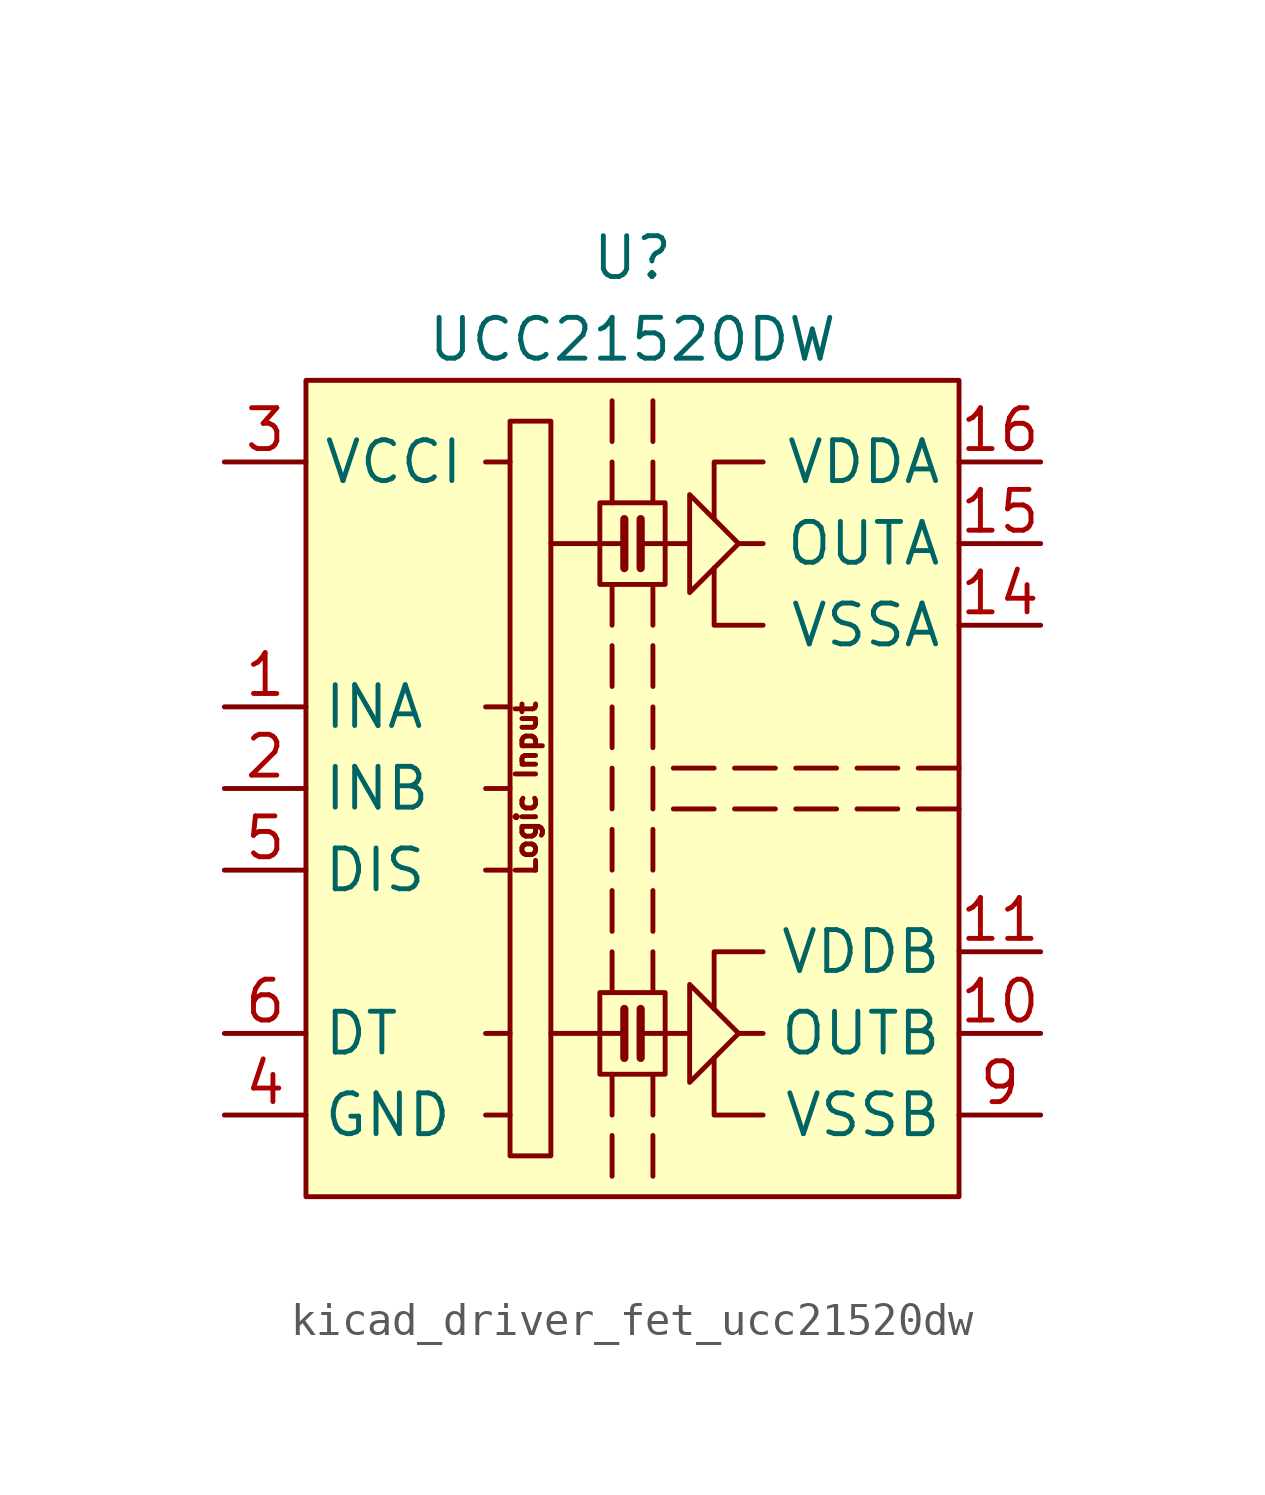
<source format=kicad_sym>
(kicad_symbol_lib
  (version 20220914)
  (generator kicad_symbol_editor)
  (symbol "kicad_driver_fet_ucc21520dw"
    (property "Reference" "U"
      (at 0 16.51 0)
      (effects (font (size 1.27 1.27))))
    (property "Value" "UCC21520DW"
      (at 0 13.97 0)
      (effects (font (size 1.27 1.27))))
    (symbol "kicad_driver_fet_ucc21520dw_0_0"
      (polyline (pts (xy -0.635 6.35) (xy -0.635 5.08)) (stroke (width 0) (type default)) (fill (type none)))
      (polyline (pts (xy -0.635 10.16) (xy -0.635 8.89)) (stroke (width 0) (type default)) (fill (type none)))
      (polyline (pts (xy -0.635 12.065) (xy -0.635 10.795)) (stroke (width 0) (type default)) (fill (type none)))
      (polyline (pts (xy -0.254 -7.62) (xy -2.54 -7.62)) (stroke (width 0) (type default)) (fill (type none)))
      (polyline (pts (xy -0.254 -6.858) (xy -0.254 -8.382)) (stroke (width 0.254) (type default)) (fill (type none)))
      (polyline (pts (xy -0.254 7.62) (xy -2.54 7.62)) (stroke (width 0) (type default)) (fill (type none)))
      (polyline (pts (xy -0.254 8.382) (xy -0.254 6.858)) (stroke (width 0.254) (type default)) (fill (type none)))
      (polyline (pts (xy 0.254 -7.62) (xy 1.778 -7.62)) (stroke (width 0) (type default)) (fill (type none)))
      (polyline (pts (xy 0.254 -6.858) (xy 0.254 -8.382)) (stroke (width 0.254) (type default)) (fill (type none)))
      (polyline (pts (xy 0.254 7.62) (xy 1.778 7.62)) (stroke (width 0) (type default)) (fill (type none)))
      (polyline (pts (xy 0.254 8.382) (xy 0.254 6.858)) (stroke (width 0.254) (type default)) (fill (type none)))
      (polyline (pts (xy 0.635 6.35) (xy 0.635 5.08)) (stroke (width 0) (type default)) (fill (type none)))
      (polyline (pts (xy 0.635 8.89) (xy 0.635 10.16)) (stroke (width 0) (type default)) (fill (type none)))
      (polyline (pts (xy 0.635 10.795) (xy 0.635 12.065)) (stroke (width 0) (type default)) (fill (type none)))
      (polyline (pts (xy 2.54 -0.635) (xy 1.27 -0.635)) (stroke (width 0) (type default)) (fill (type none)))
      (polyline (pts (xy 2.54 0.635) (xy 1.27 0.635)) (stroke (width 0) (type default)) (fill (type none)))
      (polyline (pts (xy 4.064 -7.62) (xy 3.302 -7.62)) (stroke (width 0) (type default)) (fill (type none)))
      (polyline (pts (xy 4.064 7.62) (xy 3.302 7.62)) (stroke (width 0) (type default)) (fill (type none)))
      (polyline (pts (xy 4.445 -0.635) (xy 3.175 -0.635)) (stroke (width 0) (type default)) (fill (type none)))
      (polyline (pts (xy 4.445 0.635) (xy 3.175 0.635)) (stroke (width 0) (type default)) (fill (type none)))
      (polyline (pts (xy 6.35 -0.635) (xy 5.08 -0.635)) (stroke (width 0) (type default)) (fill (type none)))
      (polyline (pts (xy 6.35 0.635) (xy 5.08 0.635)) (stroke (width 0) (type default)) (fill (type none)))
      (polyline (pts (xy 8.255 -0.635) (xy 6.985 -0.635)) (stroke (width 0) (type default)) (fill (type none)))
      (polyline (pts (xy 8.255 0.635) (xy 6.985 0.635)) (stroke (width 0) (type default)) (fill (type none)))
      (polyline (pts (xy 10.16 -0.635) (xy 8.89 -0.635)) (stroke (width 0) (type default)) (fill (type none)))
      (polyline (pts (xy 10.16 0.635) (xy 8.89 0.635)) (stroke (width 0) (type default)) (fill (type none)))
      (polyline (pts (xy 4.064 -10.16) (xy 2.54 -10.16) (xy 2.54 -8.382)) (stroke (width 0) (type default)) (fill (type none)))
      (polyline (pts (xy 4.064 -5.08) (xy 2.54 -5.08) (xy 2.54 -6.858)) (stroke (width 0) (type default)) (fill (type none)))
      (polyline (pts (xy 4.064 5.08) (xy 2.54 5.08) (xy 2.54 6.858)) (stroke (width 0) (type default)) (fill (type none)))
      (polyline (pts (xy 4.064 10.16) (xy 2.54 10.16) (xy 2.54 8.382)) (stroke (width 0) (type default)) (fill (type none)))
      (polyline (pts (xy 3.302 -7.62) (xy 1.778 -9.144) (xy 1.778 -6.096) (xy 3.302 -7.62)) (stroke (width 0) (type default)) (fill (type none)))
      (polyline (pts (xy 3.302 7.62) (xy 1.778 6.096) (xy 1.778 9.144) (xy 3.302 7.62)) (stroke (width 0) (type default)) (fill (type none)))
      (rectangle (start 1.016 -6.35) (end -1.016 -8.89) (stroke (width 0) (type default)) (fill (type none)))
      (rectangle (start 1.016 8.89) (end -1.016 6.35) (stroke (width 0) (type default)) (fill (type none)))
      (text "Logic Input" (at -3.302 0 900) (effects (font (size 0.635 0.635)))))
    (symbol "kicad_driver_fet_ucc21520dw_0_1"
      (rectangle (start -3.81 11.43) (end -2.54 -11.43) (stroke (width 0) (type default)) (fill (type none)))
      (polyline (pts (xy -3.81 -10.16) (xy -4.572 -10.16)) (stroke (width 0) (type default)) (fill (type none)))
      (polyline (pts (xy -3.81 -7.62) (xy -4.572 -7.62)) (stroke (width 0) (type default)) (fill (type none)))
      (polyline (pts (xy -3.81 -2.54) (xy -4.572 -2.54)) (stroke (width 0) (type default)) (fill (type none)))
      (polyline (pts (xy -3.81 0) (xy -4.572 0)) (stroke (width 0) (type default)) (fill (type none)))
      (polyline (pts (xy -3.81 2.54) (xy -4.572 2.54)) (stroke (width 0) (type default)) (fill (type none)))
      (polyline (pts (xy -3.81 10.16) (xy -4.572 10.16)) (stroke (width 0) (type default)) (fill (type none)))
      (polyline (pts (xy -0.635 -10.795) (xy -0.635 -12.065)) (stroke (width 0) (type default)) (fill (type none)))
      (polyline (pts (xy -0.635 -8.89) (xy -0.635 -10.16)) (stroke (width 0) (type default)) (fill (type none)))
      (polyline (pts (xy -0.635 -5.08) (xy -0.635 -6.35)) (stroke (width 0) (type default)) (fill (type none)))
      (polyline (pts (xy -0.635 -3.175) (xy -0.635 -4.445)) (stroke (width 0) (type default)) (fill (type none)))
      (polyline (pts (xy -0.635 -1.27) (xy -0.635 -2.54)) (stroke (width 0) (type default)) (fill (type none)))
      (polyline (pts (xy -0.635 0.635) (xy -0.635 -0.635)) (stroke (width 0) (type default)) (fill (type none)))
      (polyline (pts (xy -0.635 2.54) (xy -0.635 1.27)) (stroke (width 0) (type default)) (fill (type none)))
      (polyline (pts (xy -0.635 4.445) (xy -0.635 3.175)) (stroke (width 0) (type default)) (fill (type none)))
      (polyline (pts (xy 0.635 -10.795) (xy 0.635 -12.065)) (stroke (width 0) (type default)) (fill (type none)))
      (polyline (pts (xy 0.635 -8.89) (xy 0.635 -10.16)) (stroke (width 0) (type default)) (fill (type none)))
      (polyline (pts (xy 0.635 -5.08) (xy 0.635 -6.35)) (stroke (width 0) (type default)) (fill (type none)))
      (polyline (pts (xy 0.635 -3.175) (xy 0.635 -4.445)) (stroke (width 0) (type default)) (fill (type none)))
      (polyline (pts (xy 0.635 -1.27) (xy 0.635 -2.54)) (stroke (width 0) (type default)) (fill (type none)))
      (polyline (pts (xy 0.635 0.635) (xy 0.635 -0.635)) (stroke (width 0) (type default)) (fill (type none)))
      (polyline (pts (xy 0.635 2.54) (xy 0.635 1.27)) (stroke (width 0) (type default)) (fill (type none)))
      (polyline (pts (xy 0.635 4.445) (xy 0.635 3.175)) (stroke (width 0) (type default)) (fill (type none)))
      (rectangle (start 10.16 12.7) (end -10.16 -12.7) (stroke (width 0) (type default)) (fill (type background))))
    (symbol "kicad_driver_fet_ucc21520dw_1_1"
      (pin input line (at -12.7 2.54 0) (length 2.54) (name "INA" (effects (font (size 1.27 1.27)))) (number "1" (effects (font (size 1.27 1.27)))))
      (pin output line (at 12.7 -7.62 180) (length 2.54) (name "OUTB" (effects (font (size 1.27 1.27)))) (number "10" (effects (font (size 1.27 1.27)))))
      (pin power_in line (at 12.7 -5.08 180) (length 2.54) (name "VDDB" (effects (font (size 1.27 1.27)))) (number "11" (effects (font (size 1.27 1.27)))))
      (pin no_connect line (at 10.16 -2.54 180) (length 2.54) hide (name "NC" (effects (font (size 1.27 1.27)))) (number "12" (effects (font (size 1.27 1.27)))))
      (pin no_connect line (at 10.16 2.54 180) (length 2.54) hide (name "NC" (effects (font (size 1.27 1.27)))) (number "13" (effects (font (size 1.27 1.27)))))
      (pin power_in line (at 12.7 5.08 180) (length 2.54) (name "VSSA" (effects (font (size 1.27 1.27)))) (number "14" (effects (font (size 1.27 1.27)))))
      (pin output line (at 12.7 7.62 180) (length 2.54) (name "OUTA" (effects (font (size 1.27 1.27)))) (number "15" (effects (font (size 1.27 1.27)))))
      (pin power_in line (at 12.7 10.16 180) (length 2.54) (name "VDDA" (effects (font (size 1.27 1.27)))) (number "16" (effects (font (size 1.27 1.27)))))
      (pin input line (at -12.7 0 0) (length 2.54) (name "INB" (effects (font (size 1.27 1.27)))) (number "2" (effects (font (size 1.27 1.27)))))
      (pin power_in line (at -12.7 10.16 0) (length 2.54) (name "VCCI" (effects (font (size 1.27 1.27)))) (number "3" (effects (font (size 1.27 1.27)))))
      (pin power_in line (at -12.7 -10.16 0) (length 2.54) (name "GND" (effects (font (size 1.27 1.27)))) (number "4" (effects (font (size 1.27 1.27)))))
      (pin input line (at -12.7 -2.54 0) (length 2.54) (name "DIS" (effects (font (size 1.27 1.27)))) (number "5" (effects (font (size 1.27 1.27)))))
      (pin passive line (at -12.7 -7.62 0) (length 2.54) (name "DT" (effects (font (size 1.27 1.27)))) (number "6" (effects (font (size 1.27 1.27)))))
      (pin no_connect line (at -10.16 -5.08 0) (length 2.54) hide (name "NC" (effects (font (size 1.27 1.27)))) (number "7" (effects (font (size 1.27 1.27)))))
      (pin passive line (at -12.7 10.16 0) (length 2.54) hide (name "VCCI" (effects (font (size 1.27 1.27)))) (number "8" (effects (font (size 1.27 1.27)))))
      (pin power_in line (at 12.7 -10.16 180) (length 2.54) (name "VSSB" (effects (font (size 1.27 1.27)))) (number "9" (effects (font (size 1.27 1.27))))))))
</source>
